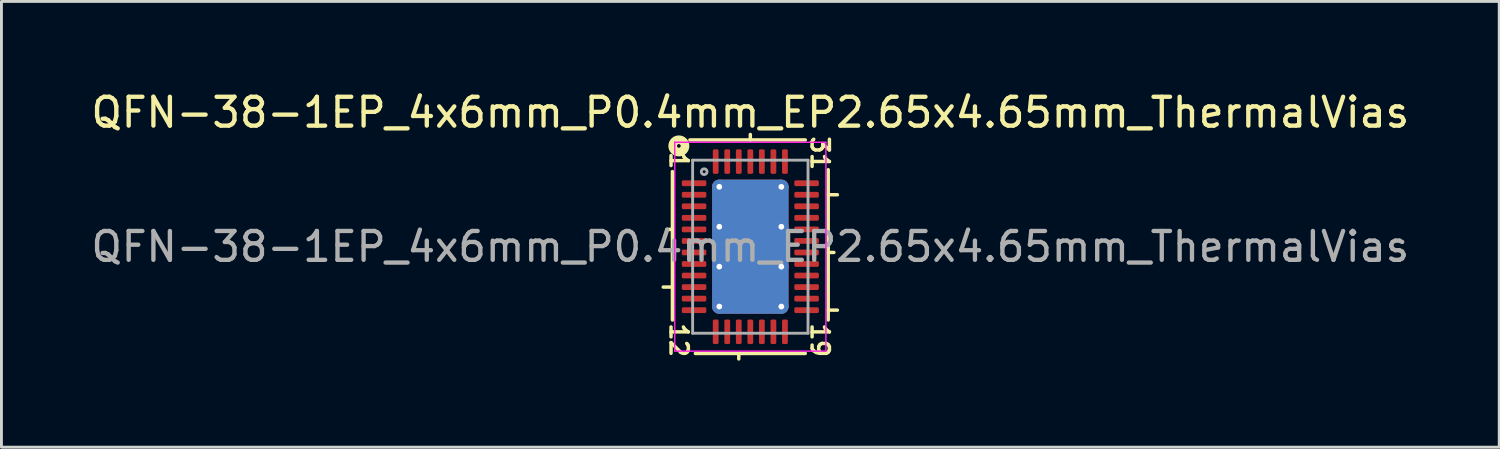
<source format=kicad_pcb>
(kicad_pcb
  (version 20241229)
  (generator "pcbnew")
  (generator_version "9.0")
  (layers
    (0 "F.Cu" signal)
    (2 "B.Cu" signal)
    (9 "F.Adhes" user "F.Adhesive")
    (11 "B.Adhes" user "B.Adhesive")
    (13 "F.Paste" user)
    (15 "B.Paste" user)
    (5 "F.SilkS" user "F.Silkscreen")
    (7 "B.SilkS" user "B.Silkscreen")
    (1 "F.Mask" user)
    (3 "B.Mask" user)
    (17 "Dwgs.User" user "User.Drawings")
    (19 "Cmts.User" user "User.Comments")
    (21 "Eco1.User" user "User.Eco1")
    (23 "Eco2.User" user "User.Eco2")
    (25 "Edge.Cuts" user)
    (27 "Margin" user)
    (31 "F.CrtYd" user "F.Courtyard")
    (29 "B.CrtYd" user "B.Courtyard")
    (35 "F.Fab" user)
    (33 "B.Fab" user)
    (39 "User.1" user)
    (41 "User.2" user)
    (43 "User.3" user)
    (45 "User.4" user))
  (footprint "QFN-38-1EP_4x6mm_P0.4mm_EP2.65x4.65mm_ThermalVias"
    (layer "F.Cu")
    (at 22.958 5.501)
    (property "Reference" "QFN-38-1EP_4x6mm_P0.4mm_EP2.65x4.65mm_ThermalVias" (at 0 -4.652 0) (layer "F.SilkS") (effects (font (size 1 1) (thickness 0.15))))
    (attr smd)
    (fp_line (start -3.018 1.4) (end -2.7 1.4) (stroke (width 0.12) (type solid)) (layer "F.SilkS"))
    (fp_line (start -2.7 -2.603) (end -2.7 2.54) (stroke (width 0.12) (type solid)) (layer "F.SilkS"))
    (fp_line (start -2.7 -0.6) (end -2.89 -0.6) (stroke (width 0.12) (type solid)) (layer "F.SilkS"))
    (fp_line (start -1.905 3.7) (end 1.905 3.7) (stroke (width 0.12) (type solid)) (layer "F.SilkS"))
    (fp_line (start -0.4 3.89) (end -0.4 3.7) (stroke (width 0.12) (type solid)) (layer "F.SilkS"))
    (fp_line (start 0 -3.7) (end 0 -3.89) (stroke (width 0.12) (type solid)) (layer "F.SilkS"))
    (fp_line (start 1.905 -3.7) (end -2.095 -3.7) (stroke (width 0.12) (type solid)) (layer "F.SilkS"))
    (fp_line (start 2.7 -1.8) (end 3.018 -1.8) (stroke (width 0.12) (type solid)) (layer "F.SilkS"))
    (fp_line (start 2.7 0.2) (end 2.897 0.2) (stroke (width 0.12) (type solid)) (layer "F.SilkS"))
    (fp_line (start 2.7 2.2) (end 3.018 2.2) (stroke (width 0.12) (type solid)) (layer "F.SilkS"))
    (fp_line (start 2.7 2.54) (end 2.7 -2.667) (stroke (width 0.12) (type solid)) (layer "F.SilkS"))
    (fp_circle (center -2.477 -3.493) (end -2.413 -3.493) (stroke (width 0.3) (type solid)) (fill no) (layer "F.SilkS"))
    (fp_line (start -2.62 -3.62) (end -2.62 3.62) (stroke (width 0.05) (type solid)) (layer "F.CrtYd"))
    (fp_line (start -2.62 3.62) (end 2.62 3.62) (stroke (width 0.05) (type solid)) (layer "F.CrtYd"))
    (fp_line (start 2.62 -3.62) (end -2.62 -3.62) (stroke (width 0.05) (type solid)) (layer "F.CrtYd"))
    (fp_line (start 2.62 3.62) (end 2.62 -3.62) (stroke (width 0.05) (type solid)) (layer "F.CrtYd"))
    (fp_line (start -2 -3) (end 2 -3) (stroke (width 0.1) (type solid)) (layer "F.Fab"))
    (fp_line (start -2 3) (end -2 -3) (stroke (width 0.1) (type solid)) (layer "F.Fab"))
    (fp_line (start 2 -3) (end 2 3) (stroke (width 0.1) (type solid)) (layer "F.Fab"))
    (fp_line (start 2 3) (end -2 3) (stroke (width 0.1) (type solid)) (layer "F.Fab"))
    (fp_circle (center -1.6 -2.6) (end -1.5 -2.6) (stroke (width 0.1) (type solid)) (fill no) (layer "F.Fab"))
    (fp_text user "1" (at -2.477 -2.985 270) (unlocked yes) (layer "F.SilkS") (effects (font (size 0.6 0.6) (thickness 0.12))))
    (fp_text user "12" (at -2.477 3.239 270) (unlocked yes) (layer "F.SilkS") (effects (font (size 0.6 0.6) (thickness 0.12))))
    (fp_text user "19" (at 2.413 3.239 270) (unlocked yes) (layer "F.SilkS") (effects (font (size 0.6 0.6) (thickness 0.12))))
    (fp_text user "31" (at 2.413 -3.239 270) (unlocked yes) (layer "F.SilkS") (effects (font (size 0.6 0.6) (thickness 0.12))))
    (fp_text user "${REFERENCE}" (at 0 0 0) (layer "F.Fab") (effects (font (size 1 1) (thickness 0.15))))
    (pad "" smd roundrect (at -0.66 -1.74) (size 1.15 1.01) (layers "F.Paste") (roundrect_rratio 0.248))
    (pad "" smd roundrect (at -0.66 -0.58) (size 1.15 1.01) (layers "F.Paste") (roundrect_rratio 0.248))
    (pad "" smd roundrect (at -0.66 0.58) (size 1.15 1.01) (layers "F.Paste") (roundrect_rratio 0.248))
    (pad "" smd roundrect (at -0.66 1.74) (size 1.15 1.01) (layers "F.Paste") (roundrect_rratio 0.248))
    (pad "" smd roundrect (at 0.66 -1.74) (size 1.15 1.01) (layers "F.Paste") (roundrect_rratio 0.248))
    (pad "" smd roundrect (at 0.66 -0.58) (size 1.15 1.01) (layers "F.Paste") (roundrect_rratio 0.248))
    (pad "" smd roundrect (at 0.66 0.58) (size 1.15 1.01) (layers "F.Paste") (roundrect_rratio 0.248))
    (pad "" smd roundrect (at 0.66 1.74) (size 1.15 1.01) (layers "F.Paste") (roundrect_rratio 0.248))
    (pad "1" smd roundrect (at -1.95 -2.2) (size 0.85 0.2) (layers "F.Cu" "F.Mask" "F.Paste") (roundrect_rratio 0.25))
    (pad "2" smd roundrect (at -1.95 -1.8) (size 0.85 0.2) (layers "F.Cu" "F.Mask" "F.Paste") (roundrect_rratio 0.25))
    (pad "3" smd roundrect (at -1.95 -1.4) (size 0.85 0.2) (layers "F.Cu" "F.Mask" "F.Paste") (roundrect_rratio 0.25))
    (pad "4" smd roundrect (at -1.95 -1) (size 0.85 0.2) (layers "F.Cu" "F.Mask" "F.Paste") (roundrect_rratio 0.25))
    (pad "5" smd roundrect (at -1.95 -0.6) (size 0.85 0.2) (layers "F.Cu" "F.Mask" "F.Paste") (roundrect_rratio 0.25))
    (pad "6" smd roundrect (at -1.95 -0.2) (size 0.85 0.2) (layers "F.Cu" "F.Mask" "F.Paste") (roundrect_rratio 0.25))
    (pad "7" smd roundrect (at -1.95 0.2) (size 0.85 0.2) (layers "F.Cu" "F.Mask" "F.Paste") (roundrect_rratio 0.25))
    (pad "8" smd roundrect (at -1.95 0.6) (size 0.85 0.2) (layers "F.Cu" "F.Mask" "F.Paste") (roundrect_rratio 0.25))
    (pad "9" smd roundrect (at -1.95 1) (size 0.85 0.2) (layers "F.Cu" "F.Mask" "F.Paste") (roundrect_rratio 0.25))
    (pad "10" smd roundrect (at -1.95 1.4) (size 0.85 0.2) (layers "F.Cu" "F.Mask" "F.Paste") (roundrect_rratio 0.25))
    (pad "11" smd roundrect (at -1.95 1.8) (size 0.85 0.2) (layers "F.Cu" "F.Mask" "F.Paste") (roundrect_rratio 0.25))
    (pad "12" smd roundrect (at -1.95 2.2) (size 0.85 0.2) (layers "F.Cu" "F.Mask" "F.Paste") (roundrect_rratio 0.25))
    (pad "13" smd roundrect (at -1.2 2.95) (size 0.2 0.85) (layers "F.Cu" "F.Mask" "F.Paste") (roundrect_rratio 0.25))
    (pad "14" smd roundrect (at -0.8 2.95) (size 0.2 0.85) (layers "F.Cu" "F.Mask" "F.Paste") (roundrect_rratio 0.25))
    (pad "15" smd roundrect (at -0.4 2.95) (size 0.2 0.85) (layers "F.Cu" "F.Mask" "F.Paste") (roundrect_rratio 0.25))
    (pad "16" smd roundrect (at 0 2.95) (size 0.2 0.85) (layers "F.Cu" "F.Mask" "F.Paste") (roundrect_rratio 0.25))
    (pad "17" smd roundrect (at 0.4 2.95) (size 0.2 0.85) (layers "F.Cu" "F.Mask" "F.Paste") (roundrect_rratio 0.25))
    (pad "18" smd roundrect (at 0.8 2.95) (size 0.2 0.85) (layers "F.Cu" "F.Mask" "F.Paste") (roundrect_rratio 0.25))
    (pad "19" smd roundrect (at 1.2 2.95) (size 0.2 0.85) (layers "F.Cu" "F.Mask" "F.Paste") (roundrect_rratio 0.25))
    (pad "20" smd roundrect (at 1.95 2.2) (size 0.85 0.2) (layers "F.Cu" "F.Mask" "F.Paste") (roundrect_rratio 0.25))
    (pad "21" smd roundrect (at 1.95 1.8) (size 0.85 0.2) (layers "F.Cu" "F.Mask" "F.Paste") (roundrect_rratio 0.25))
    (pad "22" smd roundrect (at 1.95 1.4) (size 0.85 0.2) (layers "F.Cu" "F.Mask" "F.Paste") (roundrect_rratio 0.25))
    (pad "23" smd roundrect (at 1.95 1) (size 0.85 0.2) (layers "F.Cu" "F.Mask" "F.Paste") (roundrect_rratio 0.25))
    (pad "24" smd roundrect (at 1.95 0.6) (size 0.85 0.2) (layers "F.Cu" "F.Mask" "F.Paste") (roundrect_rratio 0.25))
    (pad "25" smd roundrect (at 1.95 0.2) (size 0.85 0.2) (layers "F.Cu" "F.Mask" "F.Paste") (roundrect_rratio 0.25))
    (pad "26" smd roundrect (at 1.95 -0.2) (size 0.85 0.2) (layers "F.Cu" "F.Mask" "F.Paste") (roundrect_rratio 0.25))
    (pad "27" smd roundrect (at 1.95 -0.6) (size 0.85 0.2) (layers "F.Cu" "F.Mask" "F.Paste") (roundrect_rratio 0.25))
    (pad "28" smd roundrect (at 1.95 -1) (size 0.85 0.2) (layers "F.Cu" "F.Mask" "F.Paste") (roundrect_rratio 0.25))
    (pad "29" smd roundrect (at 1.95 -1.4) (size 0.85 0.2) (layers "F.Cu" "F.Mask" "F.Paste") (roundrect_rratio 0.25))
    (pad "30" smd roundrect (at 1.95 -1.8) (size 0.85 0.2) (layers "F.Cu" "F.Mask" "F.Paste") (roundrect_rratio 0.25))
    (pad "31" smd roundrect (at 1.95 -2.2) (size 0.85 0.2) (layers "F.Cu" "F.Mask" "F.Paste") (roundrect_rratio 0.25))
    (pad "32" smd roundrect (at 1.2 -2.95) (size 0.2 0.85) (layers "F.Cu" "F.Mask" "F.Paste") (roundrect_rratio 0.25))
    (pad "33" smd roundrect (at 0.8 -2.95) (size 0.2 0.85) (layers "F.Cu" "F.Mask" "F.Paste") (roundrect_rratio 0.25))
    (pad "34" smd roundrect (at 0.4 -2.95) (size 0.2 0.85) (layers "F.Cu" "F.Mask" "F.Paste") (roundrect_rratio 0.25))
    (pad "35" smd roundrect (at 0 -2.95) (size 0.2 0.85) (layers "F.Cu" "F.Mask" "F.Paste") (roundrect_rratio 0.25))
    (pad "36" smd roundrect (at -0.4 -2.95) (size 0.2 0.85) (layers "F.Cu" "F.Mask" "F.Paste") (roundrect_rratio 0.25))
    (pad "37" smd roundrect (at -0.8 -2.95) (size 0.2 0.85) (layers "F.Cu" "F.Mask" "F.Paste") (roundrect_rratio 0.25))
    (pad "38" smd roundrect (at -1.2 -2.95) (size 0.2 0.85) (layers "F.Cu" "F.Mask" "F.Paste") (roundrect_rratio 0.25))
    (pad "39" thru_hole circle (at -1.075 -2.075) (size 0.5 0.5) (drill 0.2) (property pad_prop_heatsink) (layers "*.Cu"))
    (pad "39" thru_hole circle (at -1.075 -0.692) (size 0.5 0.5) (drill 0.2) (property pad_prop_heatsink) (layers "*.Cu"))
    (pad "39" thru_hole circle (at -1.075 0.692) (size 0.5 0.5) (drill 0.2) (property pad_prop_heatsink) (layers "*.Cu"))
    (pad "39" thru_hole circle (at -1.075 2.075) (size 0.5 0.5) (drill 0.2) (property pad_prop_heatsink) (layers "*.Cu"))
    (pad "39" smd roundrect (at 0 0) (size 2.65 4.65) (layers "F.Cu" "F.Mask") (roundrect_rratio 0.094))
    (pad "39" smd roundrect (at 0 0) (size 2.65 4.65) (layers "B.Cu" "B.Mask") (roundrect_rratio 0.094))
    (pad "39" thru_hole circle (at 1.075 -2.075) (size 0.5 0.5) (drill 0.2) (property pad_prop_heatsink) (layers "*.Cu"))
    (pad "39" thru_hole circle (at 1.075 -0.692) (size 0.5 0.5) (drill 0.2) (property pad_prop_heatsink) (layers "*.Cu"))
    (pad "39" thru_hole circle (at 1.075 0.692) (size 0.5 0.5) (drill 0.2) (property pad_prop_heatsink) (layers "*.Cu"))
    (pad "39" thru_hole circle (at 1.075 2.075) (size 0.5 0.5) (drill 0.2) (property pad_prop_heatsink) (layers "*.Cu")))
  (gr_rect
    (start -3 -3)
    (end 48.917 12.451)
    (stroke (width 0.1) (type default))
    (fill no)
    (layer "Edge.Cuts")))
</source>
